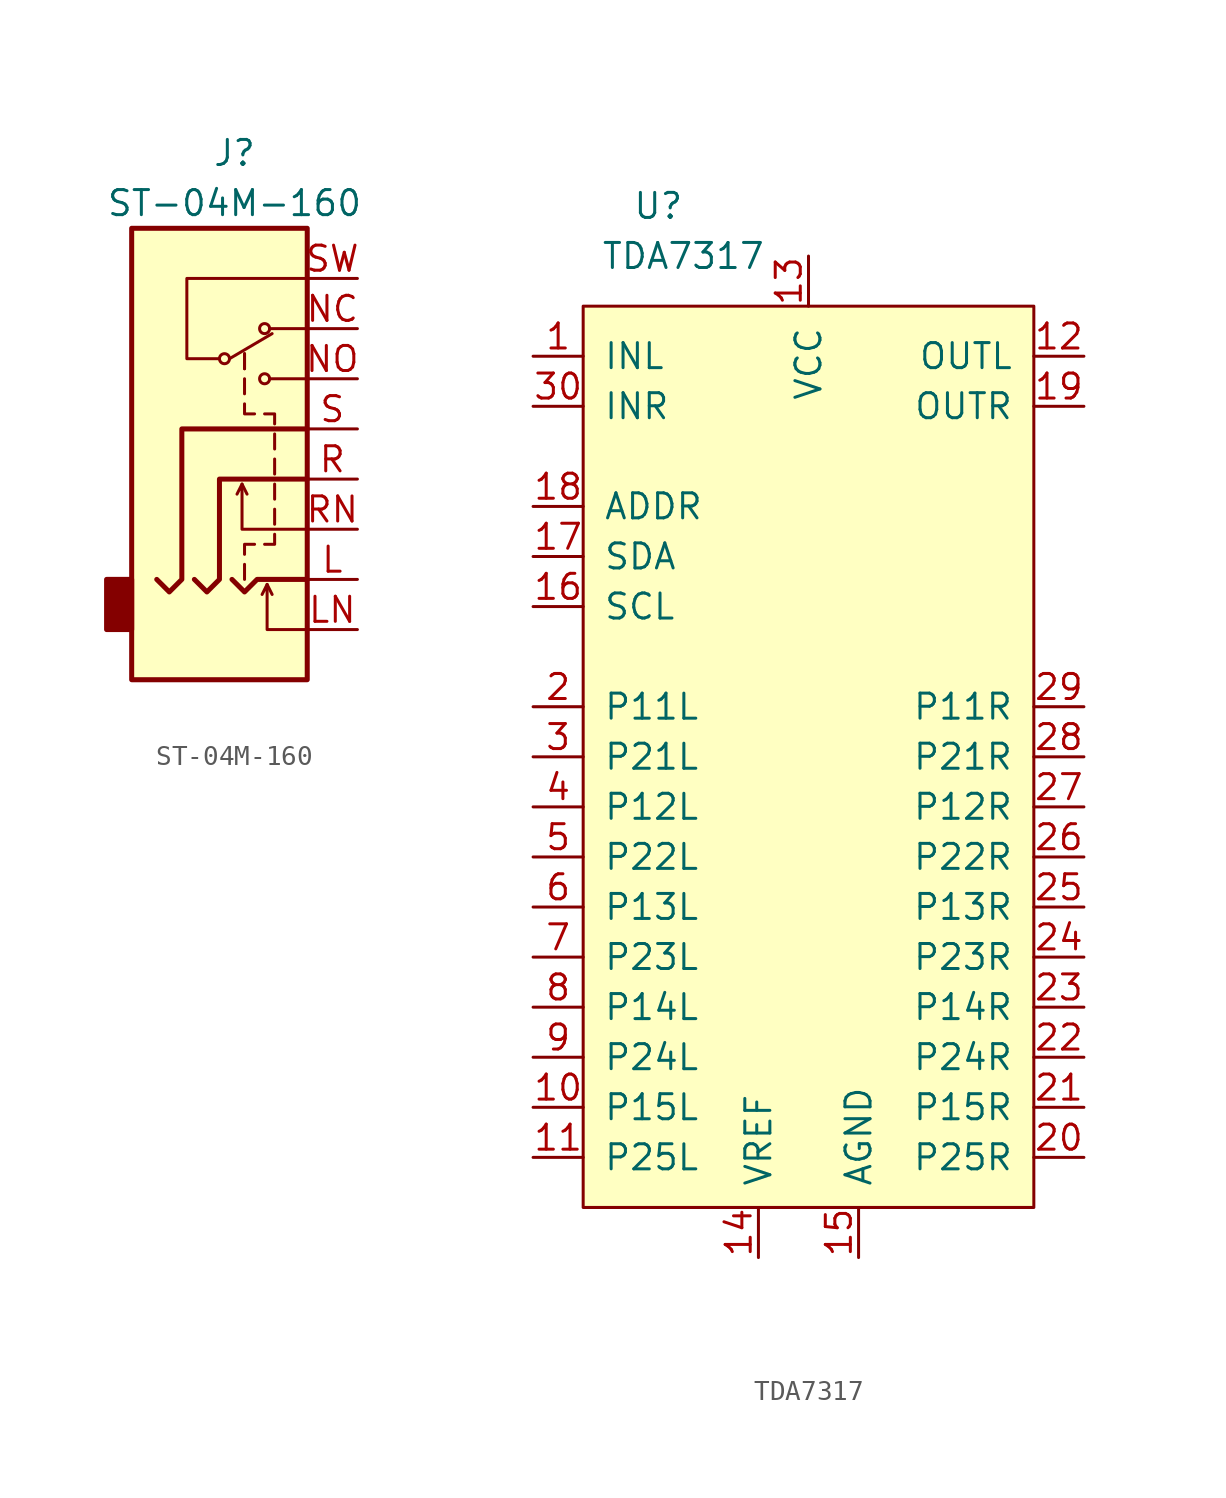
<source format=kicad_sym>
(kicad_symbol_lib
  (version 20220914)
  (generator kicad_symbol_editor)
  (symbol "ST-04M-160"
    (property "Reference" "J"
      (at 0.127 15.24 0)
      (effects (font (size 1.27 1.27))))
    (property "Value" "ST-04M-160"
      (at 0.127 12.7 0)
      (effects (font (size 1.27 1.27))))
    (symbol "ST-04M-160_0_1"
      (rectangle (start -5.08 -8.89) (end -6.35 -6.35) (stroke (width 0.254) (type solid)) (fill (type outline)))
      (polyline (pts (xy 3.81 8.89) (xy -2.286 8.89) (xy -2.286 4.826) (xy -0.635 4.826)) (stroke (width 0) (type solid)) (fill (type none)))
      (rectangle (start 3.81 11.43) (end -5.08 -11.43) (stroke (width 0.254) (type solid)) (fill (type background))))
    (symbol "ST-04M-160_1_1"
      (circle (center -0.381 4.826) (radius 0.254) (stroke (width 0) (type solid)) (fill (type none)))
      (polyline (pts (xy -0.127 4.826) (xy 2.032 6.096)) (stroke (width 0) (type solid)) (fill (type none)))
      (polyline (pts (xy 0.508 -1.524) (xy 0.762 -2.032)) (stroke (width 0) (type solid)) (fill (type none)))
      (polyline (pts (xy 0.635 -5.588) (xy 0.635 -6.35)) (stroke (width 0) (type solid)) (fill (type none)))
      (polyline (pts (xy 0.635 3.048) (xy 0.635 3.81)) (stroke (width 0) (type solid)) (fill (type none)))
      (polyline (pts (xy 0.635 4.318) (xy 0.635 5.08)) (stroke (width 0) (type solid)) (fill (type none)))
      (polyline (pts (xy 0.635 4.318) (xy 0.635 5.08)) (stroke (width 0) (type solid)) (fill (type none)))
      (polyline (pts (xy 1.778 -6.604) (xy 2.032 -7.112)) (stroke (width 0) (type solid)) (fill (type none)))
      (polyline (pts (xy 1.905 3.81) (xy 3.81 3.81)) (stroke (width 0) (type solid)) (fill (type none)))
      (polyline (pts (xy 1.905 6.35) (xy 3.81 6.35)) (stroke (width 0) (type solid)) (fill (type none)))
      (polyline (pts (xy 2.159 -2.794) (xy 2.159 -3.556)) (stroke (width 0) (type solid)) (fill (type none)))
      (polyline (pts (xy 2.159 -1.524) (xy 2.159 -2.286)) (stroke (width 0) (type solid)) (fill (type none)))
      (polyline (pts (xy 2.159 -0.254) (xy 2.159 -1.016)) (stroke (width 0) (type solid)) (fill (type none)))
      (polyline (pts (xy 2.159 1.016) (xy 2.159 0.254)) (stroke (width 0) (type solid)) (fill (type none)))
      (polyline (pts (xy 0.635 -5.08) (xy 0.635 -4.572) (xy 1.143 -4.572)) (stroke (width 0) (type solid)) (fill (type none)))
      (polyline (pts (xy 0.635 2.54) (xy 0.635 2.032) (xy 1.143 2.032)) (stroke (width 0) (type solid)) (fill (type none)))
      (polyline (pts (xy 2.159 -4.064) (xy 2.159 -4.572) (xy 1.651 -4.572)) (stroke (width 0) (type solid)) (fill (type none)))
      (polyline (pts (xy 2.159 1.524) (xy 2.159 2.032) (xy 1.651 2.032)) (stroke (width 0) (type solid)) (fill (type none)))
      (polyline (pts (xy 0 -6.35) (xy 0.635 -6.985) (xy 1.27 -6.35) (xy 3.81 -6.35)) (stroke (width 0.254) (type solid)) (fill (type none)))
      (polyline (pts (xy 3.81 -8.89) (xy 1.778 -8.89) (xy 1.778 -6.604) (xy 1.524 -7.112)) (stroke (width 0) (type solid)) (fill (type none)))
      (polyline (pts (xy 3.81 -3.81) (xy 0.508 -3.81) (xy 0.508 -1.524) (xy 0.254 -2.032)) (stroke (width 0) (type solid)) (fill (type none)))
      (polyline (pts (xy 3.81 -1.27) (xy -0.635 -1.27) (xy -0.635 -6.35) (xy -1.27 -6.985) (xy -1.905 -6.35)) (stroke (width 0.254) (type solid)) (fill (type none)))
      (polyline (pts (xy 3.81 1.27) (xy -2.54 1.27) (xy -2.54 -6.35) (xy -3.175 -6.985) (xy -3.81 -6.35)) (stroke (width 0.254) (type solid)) (fill (type none)))
      (circle (center 1.651 3.81) (radius 0.254) (stroke (width 0) (type solid)) (fill (type none)))
      (circle (center 1.651 6.35) (radius 0.254) (stroke (width 0) (type solid)) (fill (type none)))
      (pin passive line (at 6.35 -6.35 180) (length 2.54) (name "~" (effects (font (size 1.27 1.27)))) (number "L" (effects (font (size 1.27 1.27)))))
      (pin passive line (at 6.35 -8.89 180) (length 2.54) (name "~" (effects (font (size 1.27 1.27)))) (number "LN" (effects (font (size 1.27 1.27)))))
      (pin passive line (at 6.35 6.35 180) (length 2.54) (name "~" (effects (font (size 1.27 1.27)))) (number "NC" (effects (font (size 1.27 1.27)))))
      (pin passive line (at 6.35 3.81 180) (length 2.54) (name "~" (effects (font (size 1.27 1.27)))) (number "NO" (effects (font (size 1.27 1.27)))))
      (pin passive line (at 6.35 -1.27 180) (length 2.54) (name "~" (effects (font (size 1.27 1.27)))) (number "R" (effects (font (size 1.27 1.27)))))
      (pin passive line (at 6.35 -3.81 180) (length 2.54) (name "~" (effects (font (size 1.27 1.27)))) (number "RN" (effects (font (size 1.27 1.27)))))
      (pin passive line (at 6.35 1.27 180) (length 2.54) (name "~" (effects (font (size 1.27 1.27)))) (number "S" (effects (font (size 1.27 1.27)))))
      (pin passive line (at 6.35 8.89 180) (length 2.54) (name "~" (effects (font (size 1.27 1.27)))) (number "SW" (effects (font (size 1.27 1.27)))))))
  (symbol "TDA7317"
    (pin_names
      (offset 1.016))
    (property "Reference" "U"
      (at -7.62 29.21 0)
      (effects (font (size 1.27 1.27))))
    (property "Value" "TDA7317"
      (at -6.35 26.67 0)
      (effects (font (size 1.27 1.27))))
    (symbol "TDA7317_0_1"
      (rectangle (start -11.43 24.13) (end 11.43 -21.59) (stroke (width 0) (type solid)) (fill (type background))))
    (symbol "TDA7317_1_1"
      (pin input line (at -13.97 21.59 0) (length 2.54) (name "INL" (effects (font (size 1.27 1.27)))) (number "1" (effects (font (size 1.27 1.27)))))
      (pin passive line (at -13.97 -16.51 0) (length 2.54) (name "P15L" (effects (font (size 1.27 1.27)))) (number "10" (effects (font (size 1.27 1.27)))))
      (pin passive line (at -13.97 -19.05 0) (length 2.54) (name "P25L" (effects (font (size 1.27 1.27)))) (number "11" (effects (font (size 1.27 1.27)))))
      (pin output line (at 13.97 21.59 180) (length 2.54) (name "OUTL" (effects (font (size 1.27 1.27)))) (number "12" (effects (font (size 1.27 1.27)))))
      (pin power_in line (at 0 26.67 270) (length 2.54) (name "VCC" (effects (font (size 1.27 1.27)))) (number "13" (effects (font (size 1.27 1.27)))))
      (pin power_out line (at -2.54 -24.13 90) (length 2.54) (name "VREF" (effects (font (size 1.27 1.27)))) (number "14" (effects (font (size 1.27 1.27)))))
      (pin power_in line (at 2.54 -24.13 90) (length 2.54) (name "AGND" (effects (font (size 1.27 1.27)))) (number "15" (effects (font (size 1.27 1.27)))))
      (pin open_collector line (at -13.97 8.89 0) (length 2.54) (name "SCL" (effects (font (size 1.27 1.27)))) (number "16" (effects (font (size 1.27 1.27)))))
      (pin open_collector line (at -13.97 11.43 0) (length 2.54) (name "SDA" (effects (font (size 1.27 1.27)))) (number "17" (effects (font (size 1.27 1.27)))))
      (pin passive line (at -13.97 13.97 0) (length 2.54) (name "ADDR" (effects (font (size 1.27 1.27)))) (number "18" (effects (font (size 1.27 1.27)))))
      (pin output line (at 13.97 19.05 180) (length 2.54) (name "OUTR" (effects (font (size 1.27 1.27)))) (number "19" (effects (font (size 1.27 1.27)))))
      (pin passive line (at -13.97 3.81 0) (length 2.54) (name "P11L" (effects (font (size 1.27 1.27)))) (number "2" (effects (font (size 1.27 1.27)))))
      (pin passive line (at 13.97 -19.05 180) (length 2.54) (name "P25R" (effects (font (size 1.27 1.27)))) (number "20" (effects (font (size 1.27 1.27)))))
      (pin passive line (at 13.97 -16.51 180) (length 2.54) (name "P15R" (effects (font (size 1.27 1.27)))) (number "21" (effects (font (size 1.27 1.27)))))
      (pin passive line (at 13.97 -13.97 180) (length 2.54) (name "P24R" (effects (font (size 1.27 1.27)))) (number "22" (effects (font (size 1.27 1.27)))))
      (pin passive line (at 13.97 -11.43 180) (length 2.54) (name "P14R" (effects (font (size 1.27 1.27)))) (number "23" (effects (font (size 1.27 1.27)))))
      (pin passive line (at 13.97 -8.89 180) (length 2.54) (name "P23R" (effects (font (size 1.27 1.27)))) (number "24" (effects (font (size 1.27 1.27)))))
      (pin passive line (at 13.97 -6.35 180) (length 2.54) (name "P13R" (effects (font (size 1.27 1.27)))) (number "25" (effects (font (size 1.27 1.27)))))
      (pin passive line (at 13.97 -3.81 180) (length 2.54) (name "P22R" (effects (font (size 1.27 1.27)))) (number "26" (effects (font (size 1.27 1.27)))))
      (pin passive line (at 13.97 -1.27 180) (length 2.54) (name "P12R" (effects (font (size 1.27 1.27)))) (number "27" (effects (font (size 1.27 1.27)))))
      (pin passive line (at 13.97 1.27 180) (length 2.54) (name "P21R" (effects (font (size 1.27 1.27)))) (number "28" (effects (font (size 1.27 1.27)))))
      (pin passive line (at 13.97 3.81 180) (length 2.54) (name "P11R" (effects (font (size 1.27 1.27)))) (number "29" (effects (font (size 1.27 1.27)))))
      (pin passive line (at -13.97 1.27 0) (length 2.54) (name "P21L" (effects (font (size 1.27 1.27)))) (number "3" (effects (font (size 1.27 1.27)))))
      (pin input line (at -13.97 19.05 0) (length 2.54) (name "INR" (effects (font (size 1.27 1.27)))) (number "30" (effects (font (size 1.27 1.27)))))
      (pin passive line (at -13.97 -1.27 0) (length 2.54) (name "P12L" (effects (font (size 1.27 1.27)))) (number "4" (effects (font (size 1.27 1.27)))))
      (pin passive line (at -13.97 -3.81 0) (length 2.54) (name "P22L" (effects (font (size 1.27 1.27)))) (number "5" (effects (font (size 1.27 1.27)))))
      (pin passive line (at -13.97 -6.35 0) (length 2.54) (name "P13L" (effects (font (size 1.27 1.27)))) (number "6" (effects (font (size 1.27 1.27)))))
      (pin passive line (at -13.97 -8.89 0) (length 2.54) (name "P23L" (effects (font (size 1.27 1.27)))) (number "7" (effects (font (size 1.27 1.27)))))
      (pin passive line (at -13.97 -11.43 0) (length 2.54) (name "P14L" (effects (font (size 1.27 1.27)))) (number "8" (effects (font (size 1.27 1.27)))))
      (pin passive line (at -13.97 -13.97 0) (length 2.54) (name "P24L" (effects (font (size 1.27 1.27)))) (number "9" (effects (font (size 1.27 1.27))))))))
</source>
